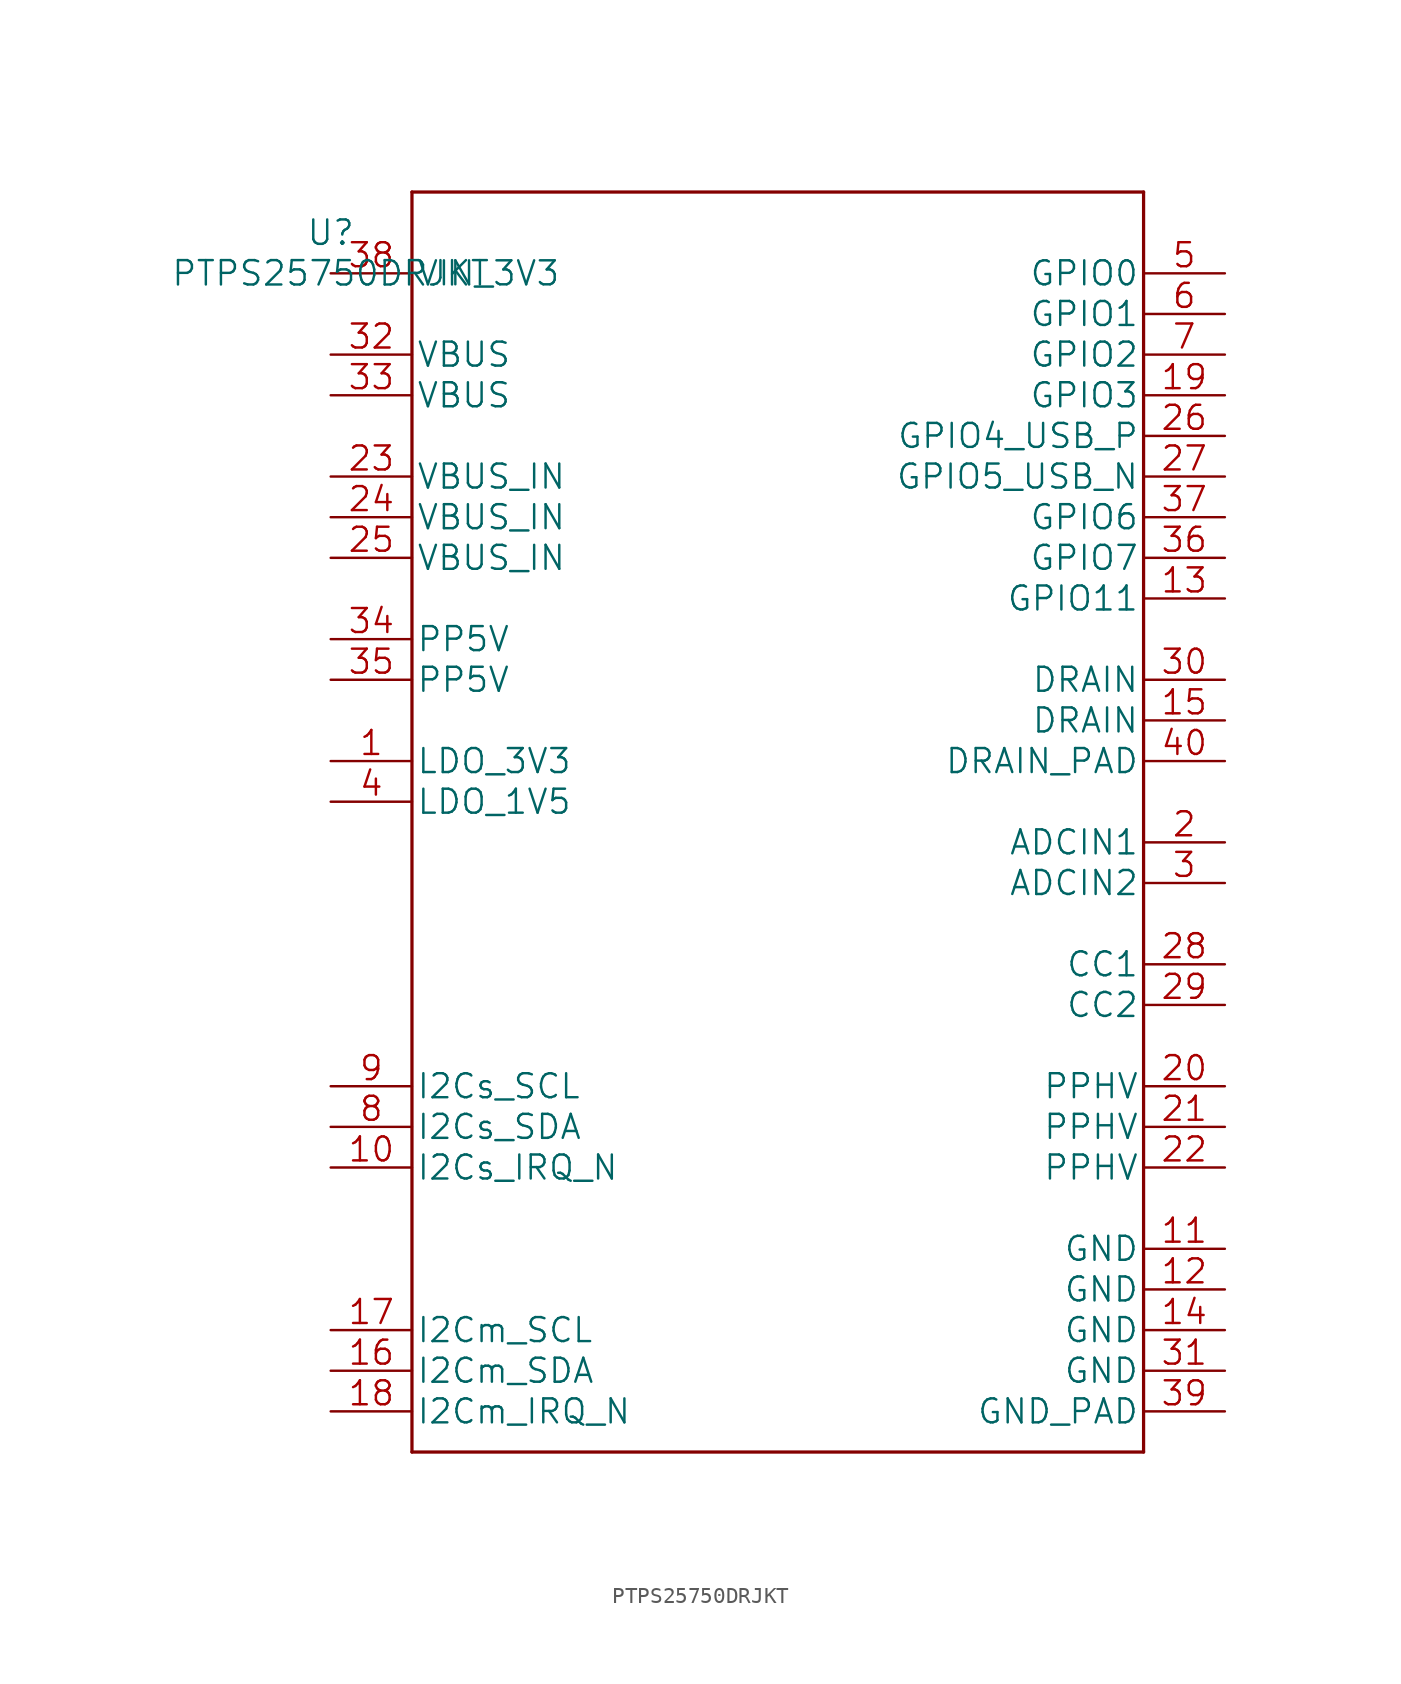
<source format=kicad_sym>
(kicad_symbol_lib
  (version 20211014)
  (generator kicad_symbol_editor)
  (symbol "PTPS25750DRJKT"
    (pin_names
      (offset 0.254))
    (property "Reference" "U"
      (at 0 2.54 0)
      (effects (font (size 1.524 1.524))))
    (property "Value" "PTPS25750DRJKT"
      (at 0 0 0)
      (effects (font (size 1.524 1.524))))
    (property "Datasheet" ""
      (at 0 0 0)
      (effects (font (size 1.524 1.524))))
    (property "ki_locked" ""
      (at 0 0 0)
      (effects (font (size 1.27 1.27))))
    (symbol "PTPS25750DRJKT_1_1"
      (polyline (pts (xy 5.08 -73.66) (xy 50.8 -73.66)) (stroke (width 0.203) (type default) (color 0 0 0 0)) (fill (type none)))
      (polyline (pts (xy 5.08 5.08) (xy 5.08 -73.66)) (stroke (width 0.203) (type default) (color 0 0 0 0)) (fill (type none)))
      (polyline (pts (xy 50.8 -73.66) (xy 50.8 5.08)) (stroke (width 0.203) (type default) (color 0 0 0 0)) (fill (type none)))
      (polyline (pts (xy 50.8 5.08) (xy 5.08 5.08)) (stroke (width 0.203) (type default) (color 0 0 0 0)) (fill (type none)))
      (pin unspecified line (at 0 -30.48 0) (length 5.08) (name "LDO_3V3" (effects (font (size 1.499 1.499)))) (number "1" (effects (font (size 1.499 1.499)))))
      (pin output line (at 0 -55.88 0) (length 5.08) (name "I2Cs_IRQ_N" (effects (font (size 1.499 1.499)))) (number "10" (effects (font (size 1.499 1.499)))))
      (pin power_in line (at 55.88 -60.96 180) (length 5.08) (name "GND" (effects (font (size 1.499 1.499)))) (number "11" (effects (font (size 1.499 1.499)))))
      (pin power_in line (at 55.88 -63.5 180) (length 5.08) (name "GND" (effects (font (size 1.499 1.499)))) (number "12" (effects (font (size 1.499 1.499)))))
      (pin bidirectional line (at 55.88 -20.32 180) (length 5.08) (name "GPIO11" (effects (font (size 1.499 1.499)))) (number "13" (effects (font (size 1.499 1.499)))))
      (pin power_in line (at 55.88 -66.04 180) (length 5.08) (name "GND" (effects (font (size 1.499 1.499)))) (number "14" (effects (font (size 1.499 1.499)))))
      (pin unspecified line (at 55.88 -27.94 180) (length 5.08) (name "DRAIN" (effects (font (size 1.499 1.499)))) (number "15" (effects (font (size 1.499 1.499)))))
      (pin bidirectional line (at 0 -68.58 0) (length 5.08) (name "I2Cm_SDA" (effects (font (size 1.499 1.499)))) (number "16" (effects (font (size 1.499 1.499)))))
      (pin output line (at 0 -66.04 0) (length 5.08) (name "I2Cm_SCL" (effects (font (size 1.499 1.499)))) (number "17" (effects (font (size 1.499 1.499)))))
      (pin input line (at 0 -71.12 0) (length 5.08) (name "I2Cm_IRQ_N" (effects (font (size 1.499 1.499)))) (number "18" (effects (font (size 1.499 1.499)))))
      (pin bidirectional line (at 55.88 -7.62 180) (length 5.08) (name "GPIO3" (effects (font (size 1.499 1.499)))) (number "19" (effects (font (size 1.499 1.499)))))
      (pin unspecified line (at 55.88 -35.56 180) (length 5.08) (name "ADCIN1" (effects (font (size 1.499 1.499)))) (number "2" (effects (font (size 1.499 1.499)))))
      (pin unspecified line (at 55.88 -50.8 180) (length 5.08) (name "PPHV" (effects (font (size 1.499 1.499)))) (number "20" (effects (font (size 1.499 1.499)))))
      (pin unspecified line (at 55.88 -53.34 180) (length 5.08) (name "PPHV" (effects (font (size 1.499 1.499)))) (number "21" (effects (font (size 1.499 1.499)))))
      (pin unspecified line (at 55.88 -55.88 180) (length 5.08) (name "PPHV" (effects (font (size 1.499 1.499)))) (number "22" (effects (font (size 1.499 1.499)))))
      (pin power_in line (at 0 -12.7 0) (length 5.08) (name "VBUS_IN" (effects (font (size 1.499 1.499)))) (number "23" (effects (font (size 1.499 1.499)))))
      (pin power_in line (at 0 -15.24 0) (length 5.08) (name "VBUS_IN" (effects (font (size 1.499 1.499)))) (number "24" (effects (font (size 1.499 1.499)))))
      (pin power_in line (at 0 -17.78 0) (length 5.08) (name "VBUS_IN" (effects (font (size 1.499 1.499)))) (number "25" (effects (font (size 1.499 1.499)))))
      (pin bidirectional line (at 55.88 -10.16 180) (length 5.08) (name "GPIO4_USB_P" (effects (font (size 1.499 1.499)))) (number "26" (effects (font (size 1.499 1.499)))))
      (pin bidirectional line (at 55.88 -12.7 180) (length 5.08) (name "GPIO5_USB_N" (effects (font (size 1.499 1.499)))) (number "27" (effects (font (size 1.499 1.499)))))
      (pin unspecified line (at 55.88 -43.18 180) (length 5.08) (name "CC1" (effects (font (size 1.499 1.499)))) (number "28" (effects (font (size 1.499 1.499)))))
      (pin unspecified line (at 55.88 -45.72 180) (length 5.08) (name "CC2" (effects (font (size 1.499 1.499)))) (number "29" (effects (font (size 1.499 1.499)))))
      (pin unspecified line (at 55.88 -38.1 180) (length 5.08) (name "ADCIN2" (effects (font (size 1.499 1.499)))) (number "3" (effects (font (size 1.499 1.499)))))
      (pin unspecified line (at 55.88 -25.4 180) (length 5.08) (name "DRAIN" (effects (font (size 1.499 1.499)))) (number "30" (effects (font (size 1.499 1.499)))))
      (pin power_in line (at 55.88 -68.58 180) (length 5.08) (name "GND" (effects (font (size 1.499 1.499)))) (number "31" (effects (font (size 1.499 1.499)))))
      (pin power_in line (at 0 -5.08 0) (length 5.08) (name "VBUS" (effects (font (size 1.499 1.499)))) (number "32" (effects (font (size 1.499 1.499)))))
      (pin power_in line (at 0 -7.62 0) (length 5.08) (name "VBUS" (effects (font (size 1.499 1.499)))) (number "33" (effects (font (size 1.499 1.499)))))
      (pin power_in line (at 0 -22.86 0) (length 5.08) (name "PP5V" (effects (font (size 1.499 1.499)))) (number "34" (effects (font (size 1.499 1.499)))))
      (pin power_in line (at 0 -25.4 0) (length 5.08) (name "PP5V" (effects (font (size 1.499 1.499)))) (number "35" (effects (font (size 1.499 1.499)))))
      (pin bidirectional line (at 55.88 -17.78 180) (length 5.08) (name "GPIO7" (effects (font (size 1.499 1.499)))) (number "36" (effects (font (size 1.499 1.499)))))
      (pin bidirectional line (at 55.88 -15.24 180) (length 5.08) (name "GPIO6" (effects (font (size 1.499 1.499)))) (number "37" (effects (font (size 1.499 1.499)))))
      (pin power_in line (at 0 0 0) (length 5.08) (name "VIN_3V3" (effects (font (size 1.499 1.499)))) (number "38" (effects (font (size 1.499 1.499)))))
      (pin power_in line (at 55.88 -71.12 180) (length 5.08) (name "GND_PAD" (effects (font (size 1.499 1.499)))) (number "39" (effects (font (size 1.499 1.499)))))
      (pin unspecified line (at 0 -33.02 0) (length 5.08) (name "LDO_1V5" (effects (font (size 1.499 1.499)))) (number "4" (effects (font (size 1.499 1.499)))))
      (pin unspecified line (at 55.88 -30.48 180) (length 5.08) (name "DRAIN_PAD" (effects (font (size 1.499 1.499)))) (number "40" (effects (font (size 1.499 1.499)))))
      (pin bidirectional line (at 55.88 0 180) (length 5.08) (name "GPIO0" (effects (font (size 1.499 1.499)))) (number "5" (effects (font (size 1.499 1.499)))))
      (pin bidirectional line (at 55.88 -2.54 180) (length 5.08) (name "GPIO1" (effects (font (size 1.499 1.499)))) (number "6" (effects (font (size 1.499 1.499)))))
      (pin bidirectional line (at 55.88 -5.08 180) (length 5.08) (name "GPIO2" (effects (font (size 1.499 1.499)))) (number "7" (effects (font (size 1.499 1.499)))))
      (pin bidirectional line (at 0 -53.34 0) (length 5.08) (name "I2Cs_SDA" (effects (font (size 1.499 1.499)))) (number "8" (effects (font (size 1.499 1.499)))))
      (pin input line (at 0 -50.8 0) (length 5.08) (name "I2Cs_SCL" (effects (font (size 1.499 1.499)))) (number "9" (effects (font (size 1.499 1.499))))))))
</source>
